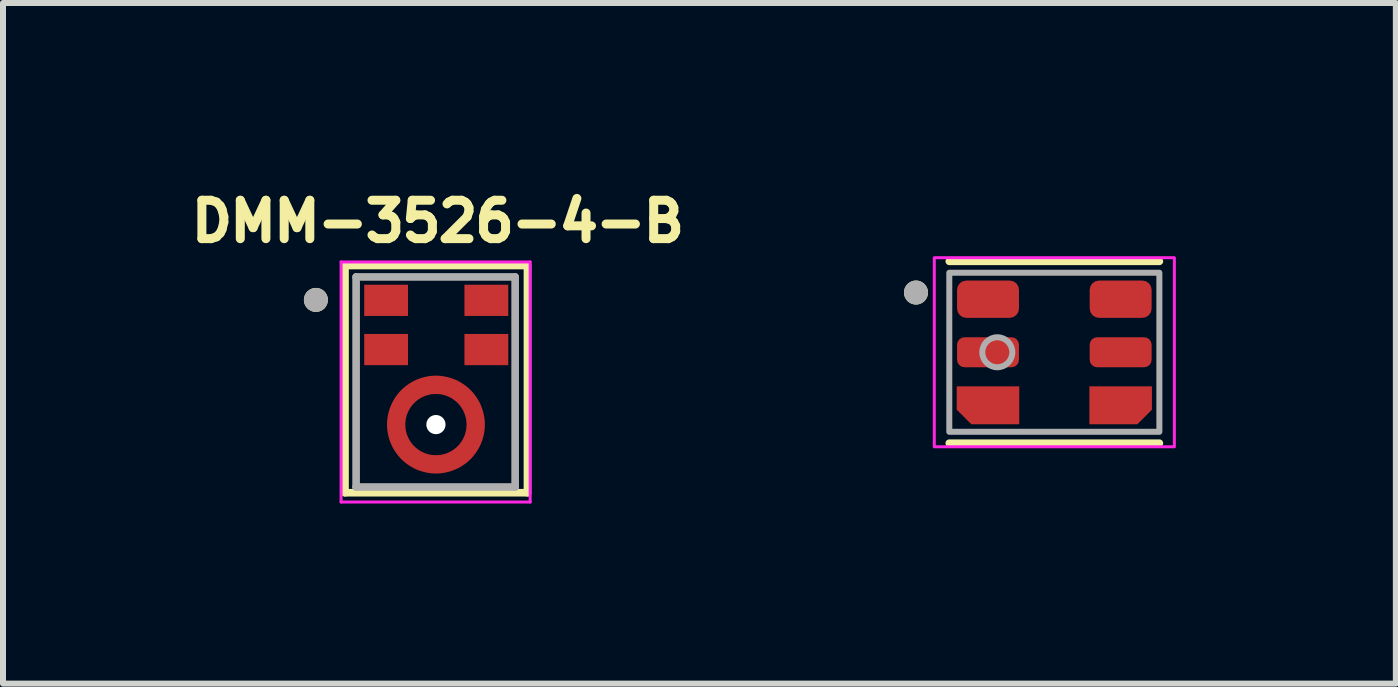
<source format=kicad_pcb>
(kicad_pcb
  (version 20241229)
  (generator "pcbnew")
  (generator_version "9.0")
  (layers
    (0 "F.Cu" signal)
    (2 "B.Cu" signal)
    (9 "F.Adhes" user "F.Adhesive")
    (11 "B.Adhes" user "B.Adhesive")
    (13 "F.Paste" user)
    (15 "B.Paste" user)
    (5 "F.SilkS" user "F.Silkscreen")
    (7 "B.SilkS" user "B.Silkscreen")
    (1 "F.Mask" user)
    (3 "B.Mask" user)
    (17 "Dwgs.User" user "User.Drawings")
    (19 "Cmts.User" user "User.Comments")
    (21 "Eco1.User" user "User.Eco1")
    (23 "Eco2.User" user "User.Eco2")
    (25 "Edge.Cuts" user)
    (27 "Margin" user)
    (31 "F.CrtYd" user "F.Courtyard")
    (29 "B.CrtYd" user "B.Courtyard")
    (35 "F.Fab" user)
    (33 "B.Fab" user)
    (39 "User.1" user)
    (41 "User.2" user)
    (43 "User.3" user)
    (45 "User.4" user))
  (footprint "ICS-41351"
    (layer "F.Cu")
    (at 14.516 2.819)
    (property "Reference" "ICS-41351" (at -0.168 -2.181 0) (layer "User.2") (effects (font (size 0.64 0.64) (thickness 0.15))))
    (attr smd)
    (fp_poly (pts (xy -1.721 0.473) (xy -1.721 1.005) (xy -1.431 1.295) (xy -0.489 1.295) (xy -0.489 0.473)) (stroke (width 0.01) (type solid)) (fill yes) (layer "F.Mask"))
    (fp_poly (pts (xy 1.721 0.473) (xy 1.721 1.005) (xy 1.431 1.295) (xy 0.489 1.295) (xy 0.489 0.473)) (stroke (width 0.01) (type solid)) (fill yes) (layer "F.Mask"))
    (fp_line (start -1.75 -1.515) (end 1.75 -1.515) (stroke (width 0.127) (type solid)) (layer "F.SilkS"))
    (fp_line (start -1.75 1.515) (end 1.75 1.515) (stroke (width 0.127) (type solid)) (layer "F.SilkS"))
    (fp_circle (center -2.305 -0.995) (end -2.205 -0.995) (stroke (width 0.2) (type solid)) (fill no) (layer "F.SilkS"))
    (fp_poly (pts (xy -1.571 0.623) (xy -0.639 0.623) (xy -0.639 1.145) (xy -1.36 1.145) (xy -1.571 0.934)) (stroke (width 0.01) (type solid)) (fill yes) (layer "F.Paste"))
    (fp_poly (pts (xy 1.571 0.623) (xy 0.639 0.623) (xy 0.639 1.145) (xy 1.36 1.145) (xy 1.571 0.934)) (stroke (width 0.01) (type solid)) (fill yes) (layer "F.Paste"))
    (fp_rect (start -2 -1.575) (end 2 1.575) (stroke (width 0.05) (type default)) (fill no) (layer "F.CrtYd"))
    (fp_rect (start -1.75 -1.325) (end 1.75 1.325) (stroke (width 0.1) (type default)) (fill no) (layer "F.Fab"))
    (fp_circle (center -2.305 -0.995) (end -2.205 -0.995) (stroke (width 0.2) (type solid)) (fill no) (layer "F.Fab"))
    (fp_circle (center -0.95 0) (end -0.7 0) (stroke (width 0.1) (type default)) (fill no) (layer "F.Fab"))
    (pad "1" smd roundrect (at -1.105 -0.884) (size 1.032 0.622) (layers "F.Cu" "F.Mask" "F.Paste") (roundrect_rratio 0.25))
    (pad "2" smd roundrect (at -1.105 0) (size 1.032 0.5) (layers "F.Cu" "F.Mask" "F.Paste") (roundrect_rratio 0.25))
    (pad "3" smd custom (at -1.105 0.884) (size 0.2 0.2) (layers "F.Cu") (options (anchor rect)) (primitives (gr_poly (pts (xy -0.516 -0.311) (xy -0.516 0.071) (xy -0.276 0.311) (xy 0.516 0.311) (xy 0.516 -0.311)) (width 0.01) (fill yes))))
    (pad "4" smd custom (at 1.105 0.884) (size 0.2 0.2) (layers "F.Cu") (options (anchor rect)) (primitives (gr_poly (pts (xy 0.516 -0.311) (xy 0.516 0.071) (xy 0.276 0.311) (xy -0.516 0.311) (xy -0.516 -0.311)) (width 0.01) (fill yes))))
    (pad "5" smd roundrect (at 1.105 0) (size 1.032 0.5) (layers "F.Cu" "F.Mask" "F.Paste") (roundrect_rratio 0.25))
    (pad "6" smd roundrect (at 1.105 -0.884) (size 1.032 0.622) (layers "F.Cu" "F.Mask" "F.Paste") (roundrect_rratio 0.25)))
  (footprint "DMM-3526-4-B"
    (layer "F.Cu")
    (at 4.213 3.314)
    (property "Reference" "DMM-3526-4-B" (at 0.032 -2.676 0) (layer "F.SilkS") (effects (font (size 0.64 0.64) (thickness 0.15))))
    (attr smd)
    (fp_poly (pts (xy 0 -0.2) (xy 0 0.295) (xy -0.022 0.296) (xy -0.043 0.297) (xy -0.065 0.3) (xy -0.086 0.304) (xy -0.107 0.309) (xy -0.128 0.315) (xy -0.149 0.323) (xy -0.169 0.331) (xy -0.188 0.34) (xy -0.207 0.351) (xy -0.226 0.362) (xy -0.244 0.374) (xy -0.261 0.387) (xy -0.278 0.402) (xy -0.293 0.417) (xy -0.308 0.432) (xy -0.323 0.449) (xy -0.336 0.466) (xy -0.348 0.484) (xy -0.359 0.502) (xy -0.37 0.522) (xy -0.379 0.541) (xy -0.387 0.561) (xy -0.395 0.582) (xy -0.401 0.603) (xy -0.406 0.624) (xy -0.41 0.645) (xy -0.413 0.667) (xy -0.414 0.688) (xy -0.415 0.71) (xy -0.414 0.732) (xy -0.413 0.753) (xy -0.41 0.775) (xy -0.406 0.796) (xy -0.401 0.817) (xy -0.395 0.838) (xy -0.387 0.859) (xy -0.379 0.879) (xy -0.37 0.898) (xy -0.359 0.917) (xy -0.348 0.936) (xy -0.336 0.954) (xy -0.323 0.971) (xy -0.308 0.988) (xy -0.293 1.003) (xy -0.278 1.018) (xy -0.261 1.033) (xy -0.244 1.046) (xy -0.226 1.058) (xy -0.208 1.069) (xy -0.188 1.08) (xy -0.169 1.089) (xy -0.149 1.097) (xy -0.128 1.105) (xy -0.107 1.111) (xy -0.086 1.116) (xy -0.065 1.12) (xy -0.043 1.123) (xy -0.022 1.124) (xy 0 1.125) (xy 0 1.62) (xy -0.048 1.619) (xy -0.095 1.615) (xy -0.142 1.609) (xy -0.189 1.6) (xy -0.236 1.589) (xy -0.281 1.575) (xy -0.326 1.56) (xy -0.37 1.541) (xy -0.413 1.521) (xy -0.455 1.498) (xy -0.496 1.473) (xy -0.535 1.446) (xy -0.573 1.417) (xy -0.609 1.386) (xy -0.643 1.353) (xy -0.676 1.319) (xy -0.707 1.283) (xy -0.736 1.245) (xy -0.763 1.206) (xy -0.788 1.165) (xy -0.811 1.123) (xy -0.831 1.08) (xy -0.85 1.036) (xy -0.865 0.991) (xy -0.879 0.946) (xy -0.89 0.899) (xy -0.899 0.852) (xy -0.905 0.805) (xy -0.909 0.758) (xy -0.91 0.71) (xy -0.909 0.662) (xy -0.905 0.615) (xy -0.899 0.568) (xy -0.89 0.521) (xy -0.879 0.474) (xy -0.865 0.429) (xy -0.85 0.384) (xy -0.831 0.34) (xy -0.811 0.297) (xy -0.788 0.255) (xy -0.763 0.214) (xy -0.736 0.175) (xy -0.707 0.137) (xy -0.676 0.101) (xy -0.643 0.067) (xy -0.609 0.034) (xy -0.573 0.003) (xy -0.535 -0.026) (xy -0.496 -0.053) (xy -0.455 -0.078) (xy -0.413 -0.101) (xy -0.37 -0.121) (xy -0.326 -0.14) (xy -0.281 -0.155) (xy -0.236 -0.169) (xy -0.189 -0.18) (xy -0.142 -0.189) (xy -0.095 -0.195) (xy -0.048 -0.199) (xy 0 -0.2)) (stroke (width 0.01) (type solid)) (fill yes) (layer "F.Mask"))
    (fp_poly (pts (xy 0 -0.2) (xy 0.048 -0.199) (xy 0.095 -0.195) (xy 0.142 -0.189) (xy 0.189 -0.18) (xy 0.236 -0.169) (xy 0.281 -0.155) (xy 0.326 -0.14) (xy 0.37 -0.121) (xy 0.413 -0.101) (xy 0.455 -0.078) (xy 0.496 -0.053) (xy 0.535 -0.026) (xy 0.573 0.003) (xy 0.609 0.034) (xy 0.643 0.067) (xy 0.676 0.101) (xy 0.707 0.137) (xy 0.736 0.175) (xy 0.763 0.214) (xy 0.788 0.255) (xy 0.811 0.297) (xy 0.831 0.34) (xy 0.85 0.384) (xy 0.865 0.429) (xy 0.879 0.474) (xy 0.89 0.521) (xy 0.899 0.568) (xy 0.905 0.615) (xy 0.909 0.662) (xy 0.91 0.71) (xy 0.909 0.758) (xy 0.905 0.805) (xy 0.899 0.852) (xy 0.89 0.899) (xy 0.879 0.946) (xy 0.865 0.991) (xy 0.85 1.036) (xy 0.831 1.08) (xy 0.811 1.123) (xy 0.788 1.165) (xy 0.763 1.206) (xy 0.736 1.245) (xy 0.707 1.283) (xy 0.676 1.319) (xy 0.643 1.353) (xy 0.609 1.386) (xy 0.573 1.417) (xy 0.535 1.446) (xy 0.496 1.473) (xy 0.455 1.498) (xy 0.413 1.521) (xy 0.37 1.541) (xy 0.326 1.56) (xy 0.281 1.575) (xy 0.236 1.589) (xy 0.189 1.6) (xy 0.142 1.609) (xy 0.095 1.615) (xy 0.048 1.619) (xy 0 1.62) (xy 0 1.125) (xy 0.022 1.124) (xy 0.043 1.123) (xy 0.065 1.12) (xy 0.086 1.116) (xy 0.107 1.111) (xy 0.128 1.105) (xy 0.149 1.097) (xy 0.169 1.089) (xy 0.188 1.08) (xy 0.208 1.069) (xy 0.226 1.058) (xy 0.244 1.046) (xy 0.261 1.033) (xy 0.278 1.018) (xy 0.293 1.003) (xy 0.308 0.988) (xy 0.323 0.971) (xy 0.336 0.954) (xy 0.348 0.936) (xy 0.359 0.917) (xy 0.37 0.898) (xy 0.379 0.879) (xy 0.387 0.859) (xy 0.395 0.838) (xy 0.401 0.817) (xy 0.406 0.796) (xy 0.41 0.775) (xy 0.413 0.753) (xy 0.414 0.732) (xy 0.415 0.71) (xy 0.414 0.688) (xy 0.413 0.667) (xy 0.41 0.645) (xy 0.406 0.624) (xy 0.401 0.603) (xy 0.395 0.582) (xy 0.387 0.561) (xy 0.379 0.541) (xy 0.37 0.522) (xy 0.359 0.502) (xy 0.348 0.484) (xy 0.336 0.466) (xy 0.323 0.449) (xy 0.308 0.432) (xy 0.293 0.417) (xy 0.278 0.402) (xy 0.261 0.387) (xy 0.244 0.374) (xy 0.226 0.362) (xy 0.208 0.351) (xy 0.188 0.34) (xy 0.169 0.331) (xy 0.149 0.323) (xy 0.128 0.315) (xy 0.107 0.309) (xy 0.086 0.304) (xy 0.065 0.3) (xy 0.043 0.297) (xy 0.022 0.296) (xy 0 0.295) (xy 0 -0.2)) (stroke (width 0.01) (type solid)) (fill yes) (layer "F.Mask"))
    (fp_line (start -1.515 -1.94) (end 1.525 -1.94) (stroke (width 0.127) (type solid)) (layer "F.SilkS"))
    (fp_line (start -1.515 1.845) (end -1.515 -1.94) (stroke (width 0.127) (type solid)) (layer "F.SilkS"))
    (fp_line (start 1.525 -1.94) (end 1.525 1.845) (stroke (width 0.127) (type solid)) (layer "F.SilkS"))
    (fp_line (start 1.525 1.845) (end -1.515 1.845) (stroke (width 0.127) (type solid)) (layer "F.SilkS"))
    (fp_circle (center -2 -1.367) (end -1.9 -1.367) (stroke (width 0.2) (type solid)) (fill no) (layer "F.SilkS"))
    (fp_poly (pts (xy 0 0.195) (xy -0.027 0.196) (xy -0.054 0.198) (xy -0.081 0.201) (xy -0.107 0.206) (xy -0.133 0.213) (xy -0.159 0.22) (xy -0.185 0.229) (xy -0.209 0.24) (xy -0.234 0.251) (xy -0.257 0.264) (xy -0.28 0.278) (xy -0.303 0.293) (xy -0.324 0.31) (xy -0.345 0.327) (xy -0.364 0.346) (xy -0.383 0.365) (xy -0.4 0.386) (xy -0.417 0.407) (xy -0.432 0.43) (xy -0.446 0.453) (xy -0.459 0.476) (xy -0.47 0.501) (xy -0.481 0.525) (xy -0.49 0.551) (xy -0.497 0.577) (xy -0.504 0.603) (xy -0.509 0.629) (xy -0.512 0.656) (xy -0.514 0.683) (xy -0.515 0.71) (xy -0.514 0.737) (xy -0.512 0.764) (xy -0.509 0.791) (xy -0.504 0.817) (xy -0.497 0.843) (xy -0.49 0.869) (xy -0.481 0.895) (xy -0.47 0.919) (xy -0.459 0.944) (xy -0.446 0.968) (xy -0.432 0.99) (xy -0.417 1.013) (xy -0.4 1.034) (xy -0.383 1.055) (xy -0.364 1.074) (xy -0.345 1.093) (xy -0.324 1.11) (xy -0.303 1.127) (xy -0.28 1.142) (xy -0.258 1.156) (xy -0.234 1.169) (xy -0.209 1.18) (xy -0.185 1.191) (xy -0.159 1.2) (xy -0.133 1.207) (xy -0.107 1.214) (xy -0.081 1.219) (xy -0.054 1.222) (xy -0.027 1.224) (xy 0 1.225) (xy 0 1.52) (xy -0.042 1.519) (xy -0.085 1.516) (xy -0.127 1.51) (xy -0.168 1.502) (xy -0.21 1.492) (xy -0.25 1.48) (xy -0.29 1.466) (xy -0.329 1.45) (xy -0.368 1.432) (xy -0.405 1.411) (xy -0.441 1.389) (xy -0.476 1.365) (xy -0.51 1.339) (xy -0.542 1.312) (xy -0.573 1.283) (xy -0.602 1.252) (xy -0.629 1.22) (xy -0.655 1.186) (xy -0.679 1.151) (xy -0.701 1.115) (xy -0.722 1.078) (xy -0.74 1.039) (xy -0.756 1) (xy -0.77 0.96) (xy -0.782 0.92) (xy -0.792 0.878) (xy -0.8 0.837) (xy -0.806 0.795) (xy -0.809 0.752) (xy -0.81 0.71) (xy -0.809 0.668) (xy -0.806 0.625) (xy -0.8 0.583) (xy -0.792 0.542) (xy -0.782 0.5) (xy -0.77 0.46) (xy -0.756 0.42) (xy -0.74 0.381) (xy -0.722 0.342) (xy -0.701 0.305) (xy -0.679 0.269) (xy -0.655 0.234) (xy -0.629 0.2) (xy -0.602 0.168) (xy -0.573 0.137) (xy -0.542 0.108) (xy -0.51 0.081) (xy -0.476 0.055) (xy -0.441 0.031) (xy -0.405 0.009) (xy -0.368 -0.012) (xy -0.329 -0.03) (xy -0.29 -0.046) (xy -0.25 -0.06) (xy -0.21 -0.072) (xy -0.168 -0.082) (xy -0.127 -0.09) (xy -0.085 -0.096) (xy -0.042 -0.099) (xy 0 -0.1) (xy 0 0.195)) (stroke (width 0.01) (type solid)) (fill yes) (layer "F.Paste"))
    (fp_poly (pts (xy 0 0.195) (xy 0.027 0.196) (xy 0.054 0.198) (xy 0.081 0.201) (xy 0.107 0.206) (xy 0.133 0.213) (xy 0.159 0.22) (xy 0.185 0.229) (xy 0.209 0.24) (xy 0.234 0.251) (xy 0.258 0.264) (xy 0.28 0.278) (xy 0.303 0.293) (xy 0.324 0.31) (xy 0.345 0.327) (xy 0.364 0.346) (xy 0.383 0.365) (xy 0.4 0.386) (xy 0.417 0.407) (xy 0.432 0.43) (xy 0.446 0.453) (xy 0.459 0.476) (xy 0.47 0.501) (xy 0.481 0.525) (xy 0.49 0.551) (xy 0.497 0.577) (xy 0.504 0.603) (xy 0.509 0.629) (xy 0.512 0.656) (xy 0.514 0.683) (xy 0.515 0.71) (xy 0.514 0.737) (xy 0.512 0.764) (xy 0.509 0.791) (xy 0.504 0.817) (xy 0.497 0.843) (xy 0.49 0.869) (xy 0.481 0.895) (xy 0.47 0.919) (xy 0.459 0.944) (xy 0.446 0.967) (xy 0.432 0.99) (xy 0.417 1.013) (xy 0.4 1.034) (xy 0.383 1.055) (xy 0.364 1.074) (xy 0.345 1.093) (xy 0.324 1.11) (xy 0.303 1.127) (xy 0.28 1.142) (xy 0.258 1.156) (xy 0.234 1.169) (xy 0.209 1.18) (xy 0.185 1.191) (xy 0.159 1.2) (xy 0.133 1.207) (xy 0.107 1.214) (xy 0.081 1.219) (xy 0.054 1.222) (xy 0.027 1.224) (xy 0 1.225) (xy 0 1.52) (xy 0.042 1.519) (xy 0.085 1.516) (xy 0.127 1.51) (xy 0.168 1.502) (xy 0.21 1.492) (xy 0.25 1.48) (xy 0.29 1.466) (xy 0.329 1.45) (xy 0.368 1.432) (xy 0.405 1.411) (xy 0.441 1.389) (xy 0.476 1.365) (xy 0.51 1.339) (xy 0.542 1.312) (xy 0.573 1.283) (xy 0.602 1.252) (xy 0.629 1.22) (xy 0.655 1.186) (xy 0.679 1.151) (xy 0.701 1.115) (xy 0.722 1.078) (xy 0.74 1.039) (xy 0.756 1) (xy 0.77 0.96) (xy 0.782 0.92) (xy 0.792 0.878) (xy 0.8 0.837) (xy 0.806 0.795) (xy 0.809 0.752) (xy 0.81 0.71) (xy 0.809 0.668) (xy 0.806 0.625) (xy 0.8 0.583) (xy 0.792 0.542) (xy 0.782 0.5) (xy 0.77 0.46) (xy 0.756 0.42) (xy 0.74 0.381) (xy 0.722 0.342) (xy 0.701 0.305) (xy 0.679 0.269) (xy 0.655 0.234) (xy 0.629 0.2) (xy 0.602 0.168) (xy 0.573 0.137) (xy 0.542 0.108) (xy 0.51 0.081) (xy 0.476 0.055) (xy 0.441 0.031) (xy 0.405 0.009) (xy 0.368 -0.012) (xy 0.329 -0.03) (xy 0.29 -0.046) (xy 0.25 -0.06) (xy 0.21 -0.072) (xy 0.168 -0.082) (xy 0.127 -0.09) (xy 0.085 -0.096) (xy 0.042 -0.099) (xy 0 -0.1) (xy 0 0.195)) (stroke (width 0.01) (type solid)) (fill yes) (layer "F.Paste"))
    (fp_line (start -1.58 -2) (end 1.57 -2) (stroke (width 0.05) (type solid)) (layer "F.CrtYd"))
    (fp_line (start -1.58 2) (end -1.58 -2) (stroke (width 0.05) (type solid)) (layer "F.CrtYd"))
    (fp_line (start 1.57 -2) (end 1.57 2) (stroke (width 0.05) (type solid)) (layer "F.CrtYd"))
    (fp_line (start 1.57 2) (end -1.58 2) (stroke (width 0.05) (type solid)) (layer "F.CrtYd"))
    (fp_line (start -1.33 -1.75) (end 1.32 -1.75) (stroke (width 0.127) (type solid)) (layer "F.Fab"))
    (fp_line (start -1.33 1.75) (end -1.33 -1.75) (stroke (width 0.127) (type solid)) (layer "F.Fab"))
    (fp_line (start 1.32 -1.75) (end 1.32 1.75) (stroke (width 0.127) (type solid)) (layer "F.Fab"))
    (fp_line (start 1.32 1.75) (end -1.33 1.75) (stroke (width 0.127) (type solid)) (layer "F.Fab"))
    (fp_circle (center -2 -1.367) (end -1.9 -1.367) (stroke (width 0.2) (type solid)) (fill no) (layer "F.Fab"))
    (pad "" np_thru_hole circle (at 0 0.71) (size 0.32 0.32) (drill 0.32) (layers "*.Cu" "*.Mask"))
    (pad "1" smd rect (at -0.83 -1.36) (size 0.73 0.52) (layers "F.Cu" "F.Mask" "F.Paste"))
    (pad "2" smd rect (at -0.83 -0.54) (size 0.73 0.52) (layers "F.Cu" "F.Mask" "F.Paste"))
    (pad "3" smd rect (at 0.84 -0.54) (size 0.73 0.52) (layers "F.Cu" "F.Mask" "F.Paste"))
    (pad "4" smd rect (at 0.84 -1.36) (size 0.73 0.52) (layers "F.Cu" "F.Mask" "F.Paste"))
    (pad "5_1" smd custom (at -0.65 0.71) (size 0.1 0.1) (layers "F.Cu") (options (anchor rect)) (primitives (gr_poly (pts (xy 0.65 -0.515) (xy 0.623 -0.514) (xy 0.596 -0.512) (xy 0.569 -0.509) (xy 0.543 -0.504) (xy 0.517 -0.497) (xy 0.491 -0.49) (xy 0.465 -0.481) (xy 0.441 -0.47) (xy 0.416 -0.459) (xy 0.393 -0.446) (xy 0.37 -0.432) (xy 0.347 -0.417) (xy 0.326 -0.4) (xy 0.305 -0.383) (xy 0.286 -0.364) (xy 0.267 -0.345) (xy 0.25 -0.324) (xy 0.233 -0.303) (xy 0.218 -0.28) (xy 0.204 -0.257) (xy 0.191 -0.234) (xy 0.18 -0.209) (xy 0.169 -0.185) (xy 0.16 -0.159) (xy 0.153 -0.133) (xy 0.146 -0.107) (xy 0.141 -0.081) (xy 0.138 -0.054) (xy 0.136 -0.027) (xy 0.135 0) (xy 0.136 0.027) (xy 0.138 0.054) (xy 0.141 0.081) (xy 0.146 0.107) (xy 0.153 0.133) (xy 0.16 0.159) (xy 0.169 0.185) (xy 0.18 0.209) (xy 0.191 0.234) (xy 0.204 0.258) (xy 0.218 0.28) (xy 0.233 0.303) (xy 0.25 0.324) (xy 0.267 0.345) (xy 0.286 0.364) (xy 0.305 0.383) (xy 0.326 0.4) (xy 0.347 0.417) (xy 0.37 0.432) (xy 0.392 0.446) (xy 0.416 0.459) (xy 0.441 0.47) (xy 0.465 0.481) (xy 0.491 0.49) (xy 0.517 0.497) (xy 0.543 0.504) (xy 0.569 0.509) (xy 0.596 0.512) (xy 0.623 0.514) (xy 0.65 0.515) (xy 0.65 0.81) (xy 0.608 0.809) (xy 0.565 0.806) (xy 0.523 0.8) (xy 0.482 0.792) (xy 0.44 0.782) (xy 0.4 0.77) (xy 0.36 0.756) (xy 0.321 0.74) (xy 0.282 0.722) (xy 0.245 0.701) (xy 0.209 0.679) (xy 0.174 0.655) (xy 0.14 0.629) (xy 0.108 0.602) (xy 0.077 0.573) (xy 0.048 0.542) (xy 0.021 0.51) (xy -0.005 0.476) (xy -0.029 0.441) (xy -0.051 0.405) (xy -0.072 0.368) (xy -0.09 0.329) (xy -0.106 0.29) (xy -0.12 0.25) (xy -0.132 0.21) (xy -0.142 0.168) (xy -0.15 0.127) (xy -0.156 0.085) (xy -0.159 0.042) (xy -0.16 0) (xy -0.159 -0.042) (xy -0.156 -0.085) (xy -0.15 -0.127) (xy -0.142 -0.168) (xy -0.132 -0.21) (xy -0.12 -0.25) (xy -0.106 -0.29) (xy -0.09 -0.329) (xy -0.072 -0.368) (xy -0.051 -0.405) (xy -0.029 -0.441) (xy -0.005 -0.476) (xy 0.021 -0.51) (xy 0.048 -0.542) (xy 0.077 -0.573) (xy 0.108 -0.602) (xy 0.14 -0.629) (xy 0.174 -0.655) (xy 0.209 -0.679) (xy 0.245 -0.701) (xy 0.282 -0.722) (xy 0.321 -0.74) (xy 0.36 -0.756) (xy 0.4 -0.77) (xy 0.44 -0.782) (xy 0.482 -0.792) (xy 0.523 -0.8) (xy 0.565 -0.806) (xy 0.608 -0.809) (xy 0.65 -0.81) (xy 0.65 -0.515)) (width 0.01) (fill yes))))
    (pad "5_2" smd custom (at 0.65 0.71) (size 0.1 0.1) (layers "F.Cu") (options (anchor rect)) (primitives (gr_poly (pts (xy -0.65 -0.515) (xy -0.623 -0.514) (xy -0.596 -0.512) (xy -0.569 -0.509) (xy -0.543 -0.504) (xy -0.517 -0.497) (xy -0.491 -0.49) (xy -0.465 -0.481) (xy -0.441 -0.47) (xy -0.416 -0.459) (xy -0.392 -0.446) (xy -0.37 -0.432) (xy -0.347 -0.417) (xy -0.326 -0.4) (xy -0.305 -0.383) (xy -0.286 -0.364) (xy -0.267 -0.345) (xy -0.25 -0.324) (xy -0.233 -0.303) (xy -0.218 -0.28) (xy -0.204 -0.257) (xy -0.191 -0.234) (xy -0.18 -0.209) (xy -0.169 -0.185) (xy -0.16 -0.159) (xy -0.153 -0.133) (xy -0.146 -0.107) (xy -0.141 -0.081) (xy -0.138 -0.054) (xy -0.136 -0.027) (xy -0.135 0) (xy -0.136 0.027) (xy -0.138 0.054) (xy -0.141 0.081) (xy -0.146 0.107) (xy -0.153 0.133) (xy -0.16 0.159) (xy -0.169 0.185) (xy -0.18 0.209) (xy -0.191 0.234) (xy -0.204 0.257) (xy -0.218 0.28) (xy -0.233 0.303) (xy -0.25 0.324) (xy -0.267 0.345) (xy -0.286 0.364) (xy -0.305 0.383) (xy -0.326 0.4) (xy -0.347 0.417) (xy -0.37 0.432) (xy -0.392 0.446) (xy -0.416 0.459) (xy -0.441 0.47) (xy -0.465 0.481) (xy -0.491 0.49) (xy -0.517 0.497) (xy -0.543 0.504) (xy -0.569 0.509) (xy -0.596 0.512) (xy -0.623 0.514) (xy -0.65 0.515) (xy -0.65 0.81) (xy -0.608 0.809) (xy -0.565 0.806) (xy -0.523 0.8) (xy -0.482 0.792) (xy -0.44 0.782) (xy -0.4 0.77) (xy -0.36 0.756) (xy -0.321 0.74) (xy -0.282 0.722) (xy -0.245 0.701) (xy -0.209 0.679) (xy -0.174 0.655) (xy -0.14 0.629) (xy -0.108 0.602) (xy -0.077 0.573) (xy -0.048 0.542) (xy -0.021 0.51) (xy 0.005 0.476) (xy 0.029 0.441) (xy 0.051 0.405) (xy 0.072 0.368) (xy 0.09 0.329) (xy 0.106 0.29) (xy 0.12 0.25) (xy 0.132 0.21) (xy 0.142 0.168) (xy 0.15 0.127) (xy 0.156 0.085) (xy 0.159 0.042) (xy 0.16 0) (xy 0.159 -0.042) (xy 0.156 -0.085) (xy 0.15 -0.127) (xy 0.142 -0.168) (xy 0.132 -0.21) (xy 0.12 -0.25) (xy 0.106 -0.29) (xy 0.09 -0.329) (xy 0.072 -0.368) (xy 0.051 -0.405) (xy 0.029 -0.441) (xy 0.005 -0.476) (xy -0.021 -0.51) (xy -0.048 -0.542) (xy -0.077 -0.573) (xy -0.108 -0.602) (xy -0.14 -0.629) (xy -0.174 -0.655) (xy -0.209 -0.679) (xy -0.245 -0.701) (xy -0.282 -0.722) (xy -0.321 -0.74) (xy -0.36 -0.756) (xy -0.4 -0.77) (xy -0.44 -0.782) (xy -0.482 -0.792) (xy -0.523 -0.8) (xy -0.565 -0.806) (xy -0.608 -0.809) (xy -0.65 -0.81) (xy -0.65 -0.515)) (width 0.01) (fill yes)))))
  (gr_rect
    (start -3 -3)
    (end 20.206 8.339)
    (stroke (width 0.1) (type default))
    (fill no)
    (layer "Edge.Cuts")))
</source>
